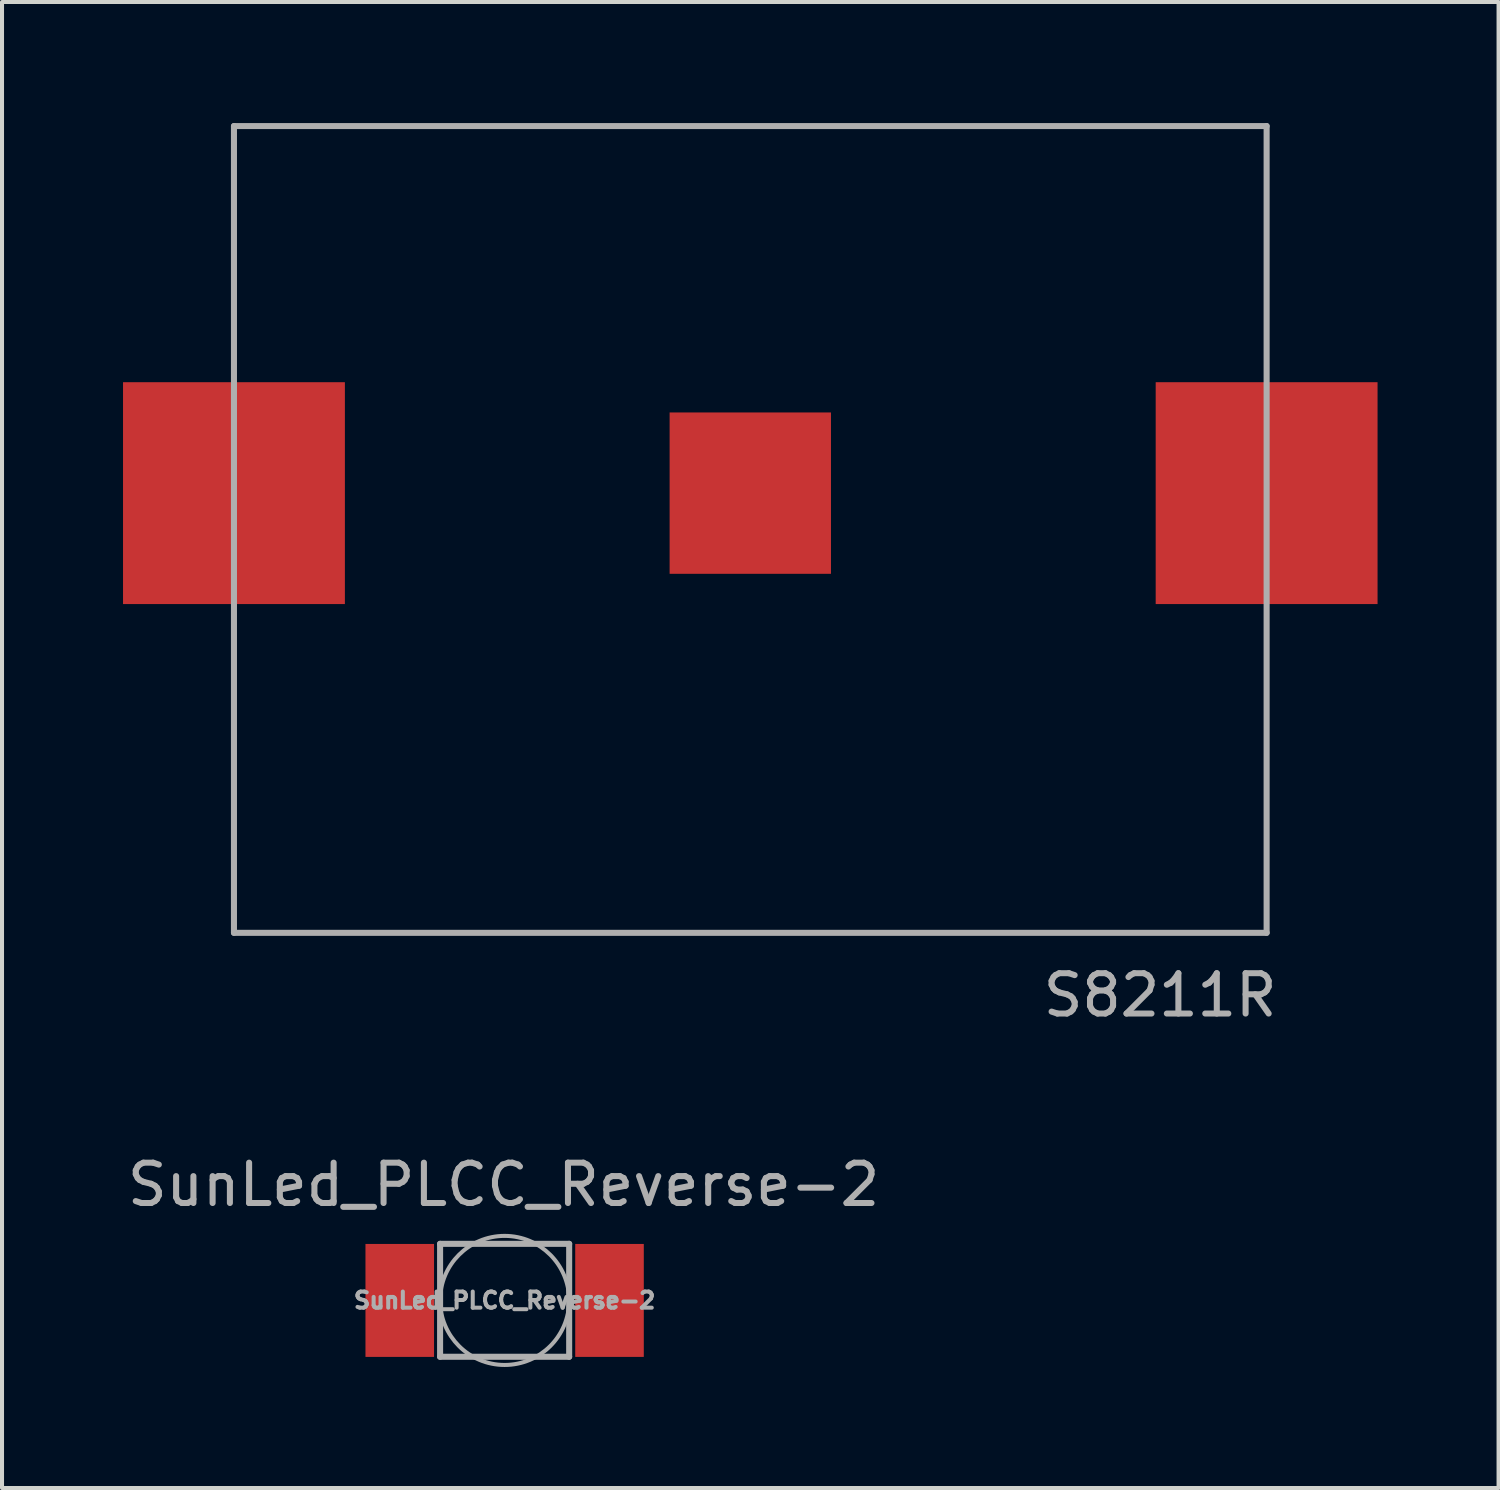
<source format=kicad_pcb>
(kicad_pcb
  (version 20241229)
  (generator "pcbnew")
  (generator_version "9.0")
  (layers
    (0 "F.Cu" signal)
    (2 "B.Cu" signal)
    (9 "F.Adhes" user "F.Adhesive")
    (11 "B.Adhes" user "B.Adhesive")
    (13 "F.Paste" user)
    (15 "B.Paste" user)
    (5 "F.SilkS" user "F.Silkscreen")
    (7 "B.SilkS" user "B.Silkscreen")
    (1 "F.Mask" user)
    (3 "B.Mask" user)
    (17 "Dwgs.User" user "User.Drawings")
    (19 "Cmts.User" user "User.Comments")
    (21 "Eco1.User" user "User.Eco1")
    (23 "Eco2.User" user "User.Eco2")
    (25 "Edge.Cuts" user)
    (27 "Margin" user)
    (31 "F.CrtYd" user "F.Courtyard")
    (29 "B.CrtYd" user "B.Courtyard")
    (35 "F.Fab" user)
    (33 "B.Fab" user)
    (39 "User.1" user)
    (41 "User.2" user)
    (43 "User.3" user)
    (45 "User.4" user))
  (footprint "S8211R"
    (layer "F.Cu")
    (at 15.55 9.175)
    (property "Reference" "S8211R" (at 10.16 12.446 0) (layer "F.Fab") (effects (font (size 1 1) (thickness 0.15))))
    (attr through_hole)
    (fp_line (start -12.8 -9.1) (end 12.8 -9.1) (stroke (width 0.15) (type solid)) (layer "F.Fab"))
    (fp_line (start -12.8 10.9) (end -12.8 -9.1) (stroke (width 0.15) (type solid)) (layer "F.Fab"))
    (fp_line (start 12.8 -9.1) (end 12.8 10.9) (stroke (width 0.15) (type solid)) (layer "F.Fab"))
    (fp_line (start 12.8 10.9) (end -12.8 10.9) (stroke (width 0.15) (type solid)) (layer "F.Fab"))
    (pad "1" smd rect (at -12.8 0) (size 5.5 5.5) (layers "F.Cu" "F.Mask" "F.Paste"))
    (pad "1" smd rect (at 12.8 0) (size 5.5 5.5) (layers "F.Cu" "F.Mask" "F.Paste"))
    (pad "2" smd rect (at 0 0) (size 4 4) (layers "F.Cu" "F.Mask" "F.Paste")))
  (footprint "SunLed_PLCC_Reverse-2"
    (layer "F.Cu")
    (at 9.46 29.188)
    (property "Reference" "SunLed_PLCC_Reverse-2" (at -0.025 -2.87 180) (layer "F.Fab") (effects (font (size 1 1) (thickness 0.15))))
    (attr smd)
    (fp_line (start -1.6 -1.403) (end -1.6 1.397) (stroke (width 0.15) (type solid)) (layer "F.Fab"))
    (fp_line (start -1.6 -1.403) (end 1.6 -1.403) (stroke (width 0.15) (type solid)) (layer "F.Fab"))
    (fp_line (start -1.6 1.397) (end 1.6 1.397) (stroke (width 0.15) (type solid)) (layer "F.Fab"))
    (fp_line (start 1.6 -1.403) (end 1.6 1.397) (stroke (width 0.15) (type solid)) (layer "F.Fab"))
    (fp_circle (center 0 0) (end 1.6 0) (stroke (width 0.1) (type solid)) (fill no) (layer "F.Fab"))
    (fp_text user "${REFERENCE}" (at 0 0 180) (layer "F.Fab") (effects (font (size 0.4 0.4) (thickness 0.1))))
    (pad "1" smd rect (at -2.6 0) (size 1.7 2.8) (layers "F.Cu" "F.Mask" "F.Paste"))
    (pad "2" smd rect (at 2.6 0) (size 1.7 2.8) (layers "F.Cu" "F.Mask" "F.Paste")))
  (gr_rect
    (start -3 -3)
    (end 34.1 33.838)
    (stroke (width 0.1) (type default))
    (fill no)
    (layer "Edge.Cuts")))
</source>
